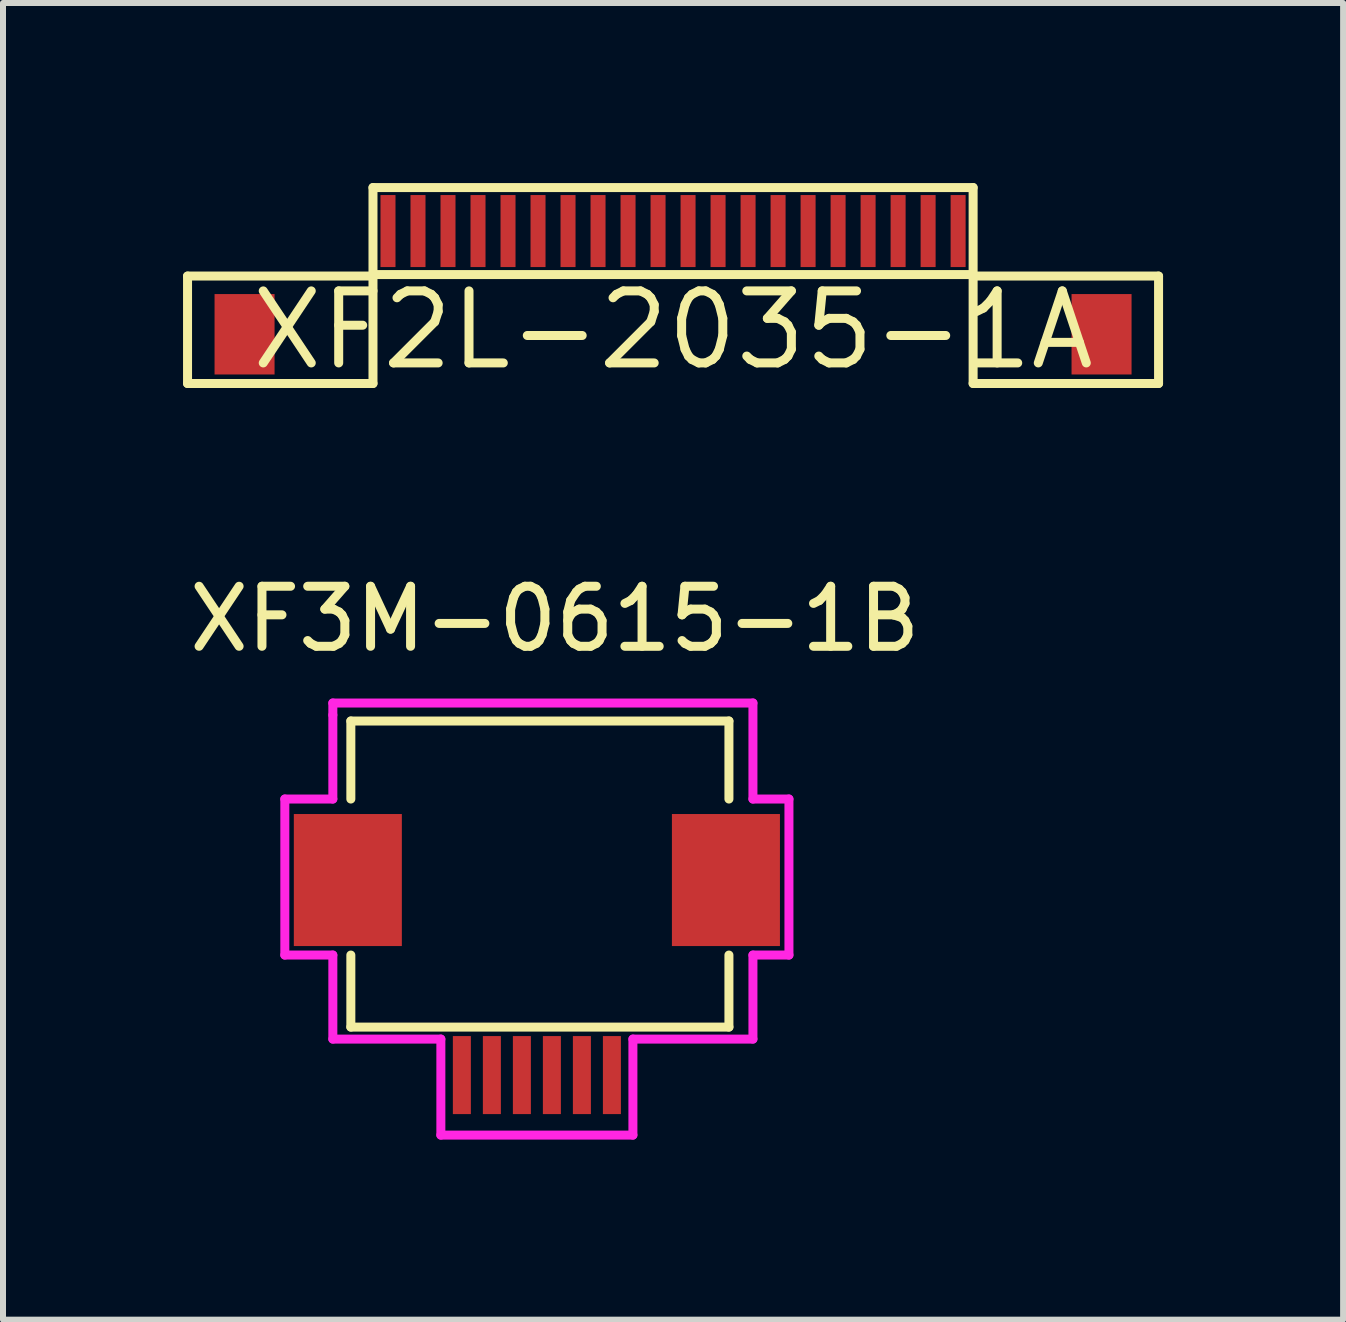
<source format=kicad_pcb>
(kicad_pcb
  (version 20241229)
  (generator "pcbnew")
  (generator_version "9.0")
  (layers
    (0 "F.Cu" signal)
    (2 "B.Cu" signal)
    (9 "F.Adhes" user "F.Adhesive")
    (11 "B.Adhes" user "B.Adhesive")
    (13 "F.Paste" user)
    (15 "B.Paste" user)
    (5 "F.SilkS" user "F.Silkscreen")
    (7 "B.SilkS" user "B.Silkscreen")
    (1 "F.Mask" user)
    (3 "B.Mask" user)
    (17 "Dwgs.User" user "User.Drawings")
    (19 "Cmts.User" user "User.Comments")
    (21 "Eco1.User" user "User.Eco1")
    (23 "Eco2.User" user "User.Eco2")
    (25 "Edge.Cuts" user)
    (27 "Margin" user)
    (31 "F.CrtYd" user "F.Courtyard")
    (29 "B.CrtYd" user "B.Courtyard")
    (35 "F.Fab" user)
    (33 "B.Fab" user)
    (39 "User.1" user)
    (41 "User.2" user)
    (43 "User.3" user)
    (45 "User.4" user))
  (footprint "XF2L-2035-1A"
    (layer "F.Cu")
    (at 8.165 0.8)
    (property "Reference" "XF2L-2035-1A" (at 0 1.65 0) (layer "F.SilkS") (effects (font (size 1.2 1.2) (thickness 0.15))))
    (attr through_hole)
    (fp_line (start -8.09 0.75) (end -5 0.75) (stroke (width 0.15) (type solid)) (layer "F.SilkS"))
    (fp_line (start -8.09 2.54) (end -8.09 0.75) (stroke (width 0.15) (type solid)) (layer "F.SilkS"))
    (fp_line (start -5 -0.725) (end 5 -0.725) (stroke (width 0.15) (type solid)) (layer "F.SilkS"))
    (fp_line (start -5 0.725) (end -5 2.54) (stroke (width 0.15) (type solid)) (layer "F.SilkS"))
    (fp_line (start -5 0.725) (end 5 0.725) (stroke (width 0.15) (type solid)) (layer "F.SilkS"))
    (fp_line (start -5 0.75) (end -5 -0.725) (stroke (width 0.15) (type solid)) (layer "F.SilkS"))
    (fp_line (start -5 2.54) (end -8.09 2.54) (stroke (width 0.15) (type solid)) (layer "F.SilkS"))
    (fp_line (start 5 0.725) (end 5 2.54) (stroke (width 0.15) (type solid)) (layer "F.SilkS"))
    (fp_line (start 5 0.75) (end 5 -0.725) (stroke (width 0.15) (type solid)) (layer "F.SilkS"))
    (fp_line (start 5 2.54) (end 8.09 2.54) (stroke (width 0.15) (type solid)) (layer "F.SilkS"))
    (fp_line (start 8.09 0.75) (end 5 0.75) (stroke (width 0.15) (type solid)) (layer "F.SilkS"))
    (fp_line (start 8.09 2.54) (end 8.09 0.75) (stroke (width 0.15) (type solid)) (layer "F.SilkS"))
    (pad "0" smd rect (at -7.14 1.72) (size 1 1.34) (layers "F.Cu" "F.Mask" "F.Paste"))
    (pad "0" smd rect (at 7.14 1.72) (size 1 1.34) (layers "F.Cu" "F.Mask" "F.Paste"))
    (pad "1" smd rect (at -4.75 0) (size 0.25 1.2) (layers "F.Cu" "F.Mask" "F.Paste"))
    (pad "2" smd rect (at -4.25 0) (size 0.25 1.2) (layers "F.Cu" "F.Mask" "F.Paste"))
    (pad "3" smd rect (at -3.75 0) (size 0.25 1.2) (layers "F.Cu" "F.Mask" "F.Paste"))
    (pad "4" smd rect (at -3.25 0) (size 0.25 1.2) (layers "F.Cu" "F.Mask" "F.Paste"))
    (pad "5" smd rect (at -2.75 0) (size 0.25 1.2) (layers "F.Cu" "F.Mask" "F.Paste"))
    (pad "6" smd rect (at -2.25 0) (size 0.25 1.2) (layers "F.Cu" "F.Mask" "F.Paste"))
    (pad "7" smd rect (at -1.75 0) (size 0.25 1.2) (layers "F.Cu" "F.Mask" "F.Paste"))
    (pad "8" smd rect (at -1.25 0) (size 0.25 1.2) (layers "F.Cu" "F.Mask" "F.Paste"))
    (pad "9" smd rect (at -0.75 0) (size 0.25 1.2) (layers "F.Cu" "F.Mask" "F.Paste"))
    (pad "10" smd rect (at -0.25 0) (size 0.25 1.2) (layers "F.Cu" "F.Mask" "F.Paste"))
    (pad "11" smd rect (at 0.25 0) (size 0.25 1.2) (layers "F.Cu" "F.Mask" "F.Paste"))
    (pad "12" smd rect (at 0.75 0) (size 0.25 1.2) (layers "F.Cu" "F.Mask" "F.Paste"))
    (pad "13" smd rect (at 1.25 0) (size 0.25 1.2) (layers "F.Cu" "F.Mask" "F.Paste"))
    (pad "14" smd rect (at 1.75 0) (size 0.25 1.2) (layers "F.Cu" "F.Mask" "F.Paste"))
    (pad "15" smd rect (at 2.25 0) (size 0.25 1.2) (layers "F.Cu" "F.Mask" "F.Paste"))
    (pad "16" smd rect (at 2.75 0) (size 0.25 1.2) (layers "F.Cu" "F.Mask" "F.Paste"))
    (pad "17" smd rect (at 3.25 0) (size 0.25 1.2) (layers "F.Cu" "F.Mask" "F.Paste"))
    (pad "18" smd rect (at 3.75 0) (size 0.25 1.2) (layers "F.Cu" "F.Mask" "F.Paste"))
    (pad "19" smd rect (at 4.25 0) (size 0.25 1.2) (layers "F.Cu" "F.Mask" "F.Paste"))
    (pad "20" smd rect (at 4.75 0) (size 0.25 1.2) (layers "F.Cu" "F.Mask" "F.Paste")))
  (footprint "XF3M-0615-1B"
    (layer "F.Cu")
    (at 5.896 14.864)
    (property "Reference" "XF3M-0615-1B" (at 0.3 -7.6 0) (layer "F.SilkS") (effects (font (size 1 1) (thickness 0.15))))
    (attr through_hole)
    (fp_poly (pts (xy -1.45 -0.7) (xy -1.45 0.7) (xy 1.45 0.7) (xy 1.45 -0.7)) (stroke (width 0.15) (type solid)) (fill yes) (layer "F.Mask"))
    (fp_line (start -3.1 -5.9) (end 3.2 -5.9) (stroke (width 0.15) (type solid)) (layer "F.SilkS"))
    (fp_line (start -3.1 -4.6) (end -3.1 -5.9) (stroke (width 0.15) (type solid)) (layer "F.SilkS"))
    (fp_line (start -3.1 -2) (end -3.1 -0.8) (stroke (width 0.15) (type solid)) (layer "F.SilkS"))
    (fp_line (start -3.1 -0.8) (end 3.2 -0.8) (stroke (width 0.15) (type solid)) (layer "F.SilkS"))
    (fp_line (start 3.2 -5.9) (end 3.2 -4.6) (stroke (width 0.15) (type solid)) (layer "F.SilkS"))
    (fp_line (start 3.2 -0.8) (end 3.2 -2) (stroke (width 0.15) (type solid)) (layer "F.SilkS"))
    (fp_line (start -4.2 -4.6) (end -4.2 -2) (stroke (width 0.15) (type solid)) (layer "F.CrtYd"))
    (fp_line (start -4.2 -2) (end -3.4 -2) (stroke (width 0.15) (type solid)) (layer "F.CrtYd"))
    (fp_line (start -3.4 -6.2) (end -3.4 -6) (stroke (width 0.15) (type solid)) (layer "F.CrtYd"))
    (fp_line (start -3.4 -6) (end -3.4 -4.6) (stroke (width 0.15) (type solid)) (layer "F.CrtYd"))
    (fp_line (start -3.4 -4.6) (end -4.2 -4.6) (stroke (width 0.15) (type solid)) (layer "F.CrtYd"))
    (fp_line (start -3.4 -2) (end -3.4 -0.6) (stroke (width 0.15) (type solid)) (layer "F.CrtYd"))
    (fp_line (start -3.4 -0.6) (end -1.6 -0.6) (stroke (width 0.15) (type solid)) (layer "F.CrtYd"))
    (fp_line (start -1.6 -0.6) (end -1.6 1) (stroke (width 0.15) (type solid)) (layer "F.CrtYd"))
    (fp_line (start -1.6 1) (end 1.6 1) (stroke (width 0.15) (type solid)) (layer "F.CrtYd"))
    (fp_line (start 1.6 -0.6) (end 3.6 -0.6) (stroke (width 0.15) (type solid)) (layer "F.CrtYd"))
    (fp_line (start 1.6 1) (end 1.6 -0.6) (stroke (width 0.15) (type solid)) (layer "F.CrtYd"))
    (fp_line (start 3.6 -6.2) (end -3.4 -6.2) (stroke (width 0.15) (type solid)) (layer "F.CrtYd"))
    (fp_line (start 3.6 -4.6) (end 3.6 -6.2) (stroke (width 0.15) (type solid)) (layer "F.CrtYd"))
    (fp_line (start 3.6 -2) (end 4.2 -2) (stroke (width 0.15) (type solid)) (layer "F.CrtYd"))
    (fp_line (start 3.6 -0.6) (end 3.6 -2) (stroke (width 0.15) (type solid)) (layer "F.CrtYd"))
    (fp_line (start 4.2 -4.6) (end 3.6 -4.6) (stroke (width 0.15) (type solid)) (layer "F.CrtYd"))
    (fp_line (start 4.2 -2) (end 4.2 -4.6) (stroke (width 0.15) (type solid)) (layer "F.CrtYd"))
    (pad "" smd rect (at -3.15 -3.25) (size 1.8 2.2) (layers "F.Cu" "F.Mask" "F.Paste"))
    (pad "" smd rect (at 3.15 -3.25) (size 1.8 2.2) (layers "F.Cu" "F.Mask" "F.Paste"))
    (pad "1" smd rect (at -1.25 0) (size 0.3 1.3) (layers "F.Cu" "F.Paste"))
    (pad "2" smd rect (at -0.75 0) (size 0.3 1.3) (layers "F.Cu" "F.Paste"))
    (pad "3" smd rect (at -0.25 0) (size 0.3 1.3) (layers "F.Cu" "F.Paste"))
    (pad "4" smd rect (at 0.25 0) (size 0.3 1.3) (layers "F.Cu" "F.Paste"))
    (pad "5" smd rect (at 0.75 0) (size 0.3 1.3) (layers "F.Cu" "F.Paste"))
    (pad "6" smd rect (at 1.25 0) (size 0.3 1.3) (layers "F.Cu" "F.Paste")))
  (gr_rect
    (start -3 -3)
    (end 19.33 18.939)
    (stroke (width 0.1) (type default))
    (fill no)
    (layer "Edge.Cuts")))
</source>
